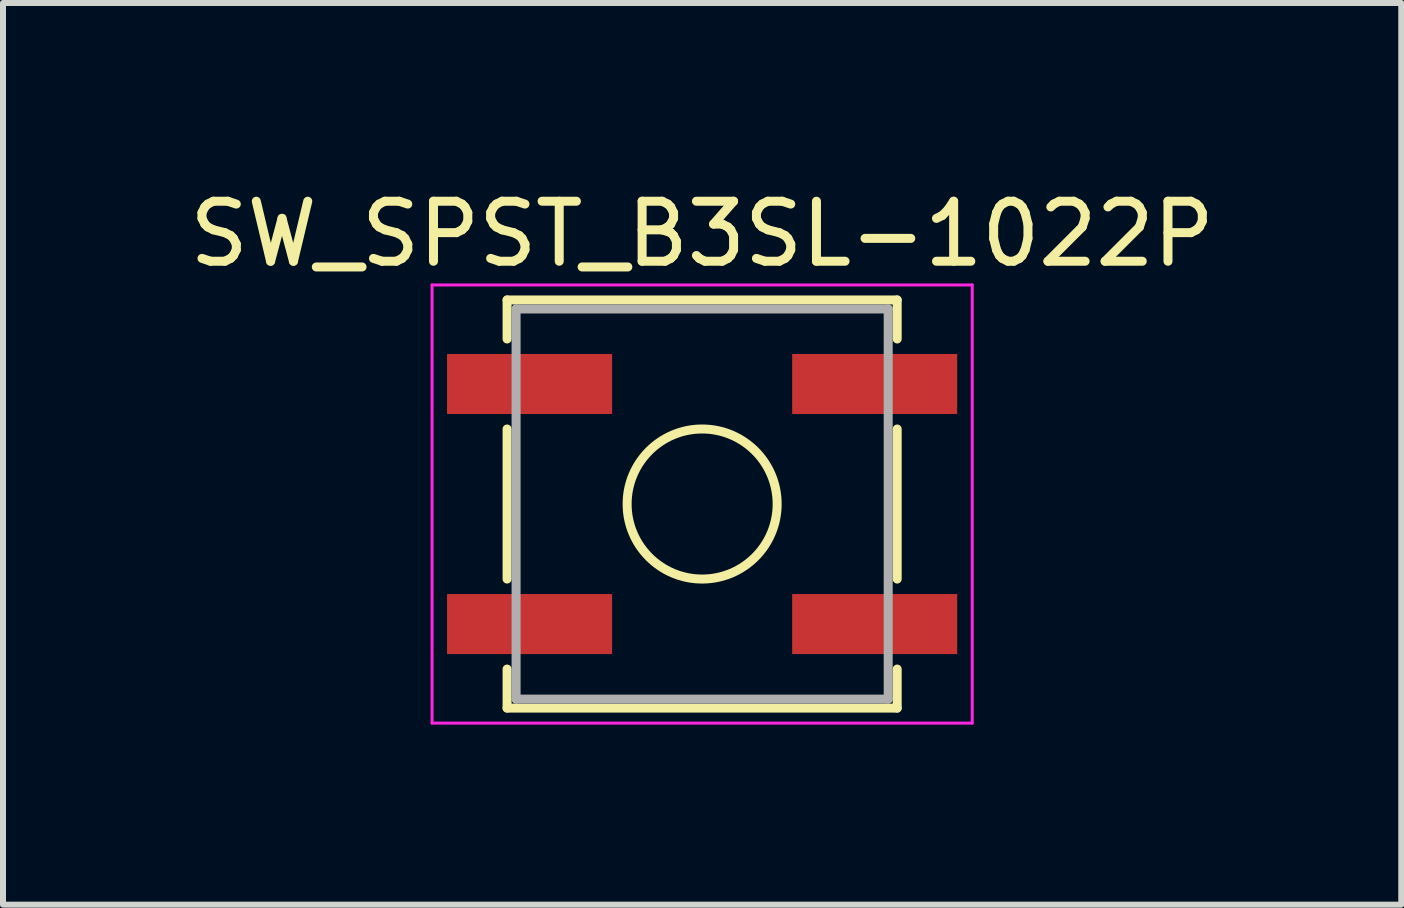
<source format=kicad_pcb>
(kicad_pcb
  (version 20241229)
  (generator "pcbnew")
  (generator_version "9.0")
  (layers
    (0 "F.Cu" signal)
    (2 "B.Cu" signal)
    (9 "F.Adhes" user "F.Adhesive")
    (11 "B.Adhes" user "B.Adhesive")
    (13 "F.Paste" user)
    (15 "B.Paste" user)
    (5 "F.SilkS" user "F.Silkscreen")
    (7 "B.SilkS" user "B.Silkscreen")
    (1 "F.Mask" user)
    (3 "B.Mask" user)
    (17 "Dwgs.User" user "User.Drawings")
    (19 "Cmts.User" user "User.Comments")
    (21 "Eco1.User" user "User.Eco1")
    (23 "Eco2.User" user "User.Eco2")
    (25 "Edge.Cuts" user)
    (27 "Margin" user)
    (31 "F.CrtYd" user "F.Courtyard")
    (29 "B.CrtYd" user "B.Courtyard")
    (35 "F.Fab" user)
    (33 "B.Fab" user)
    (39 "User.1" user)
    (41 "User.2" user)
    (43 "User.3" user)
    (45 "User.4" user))
  (footprint "SW_SPST_B3SL-1022P"
    (layer "F.Cu")
    (at 8.649 5.348)
    (property "Reference" "SW_SPST_B3SL-1022P" (at 0 -4.5 0) (layer "F.SilkS") (effects (font (size 1 1) (thickness 0.15))))
    (attr smd)
    (fp_line (start -3.25 -3.4) (end -3.25 -2.75) (stroke (width 0.15) (type solid)) (layer "F.SilkS"))
    (fp_line (start -3.25 -1.25) (end -3.25 1.25) (stroke (width 0.15) (type solid)) (layer "F.SilkS"))
    (fp_line (start -3.25 3.4) (end -3.25 2.75) (stroke (width 0.15) (type solid)) (layer "F.SilkS"))
    (fp_line (start 3.25 -3.4) (end -3.25 -3.4) (stroke (width 0.15) (type solid)) (layer "F.SilkS"))
    (fp_line (start 3.25 -2.75) (end 3.25 -3.4) (stroke (width 0.15) (type solid)) (layer "F.SilkS"))
    (fp_line (start 3.25 -1.25) (end 3.25 1.25) (stroke (width 0.15) (type solid)) (layer "F.SilkS"))
    (fp_line (start 3.25 2.75) (end 3.25 3.4) (stroke (width 0.15) (type solid)) (layer "F.SilkS"))
    (fp_line (start 3.25 3.4) (end -3.25 3.4) (stroke (width 0.15) (type solid)) (layer "F.SilkS"))
    (fp_circle (center 0 0) (end 1.25 0) (stroke (width 0.15) (type solid)) (fill no) (layer "F.SilkS"))
    (fp_line (start -4.5 -3.65) (end -4.5 3.65) (stroke (width 0.05) (type solid)) (layer "F.CrtYd"))
    (fp_line (start -4.5 3.65) (end 4.5 3.65) (stroke (width 0.05) (type solid)) (layer "F.CrtYd"))
    (fp_line (start 4.5 -3.65) (end -4.5 -3.65) (stroke (width 0.05) (type solid)) (layer "F.CrtYd"))
    (fp_line (start 4.5 3.65) (end 4.5 -3.65) (stroke (width 0.05) (type solid)) (layer "F.CrtYd"))
    (fp_line (start -3.1 -3.25) (end 3.1 -3.25) (stroke (width 0.15) (type solid)) (layer "F.Fab"))
    (fp_line (start -3.1 3.25) (end -3.1 -3.25) (stroke (width 0.15) (type solid)) (layer "F.Fab"))
    (fp_line (start 3.1 -3.25) (end 3.1 3.25) (stroke (width 0.15) (type solid)) (layer "F.Fab"))
    (fp_line (start 3.1 3.25) (end -3.1 3.25) (stroke (width 0.15) (type solid)) (layer "F.Fab"))
    (pad "1" smd rect (at -2.875 -2) (size 2.75 1) (layers "F.Cu" "F.Mask" "F.Paste"))
    (pad "1" smd rect (at 2.875 -2) (size 2.75 1) (layers "F.Cu" "F.Mask" "F.Paste"))
    (pad "2" smd rect (at -2.875 2) (size 2.75 1) (layers "F.Cu" "F.Mask" "F.Paste"))
    (pad "2" smd rect (at 2.875 2) (size 2.75 1) (layers "F.Cu" "F.Mask" "F.Paste")))
  (gr_rect
    (start -3 -3)
    (end 20.298 12.023)
    (stroke (width 0.1) (type default))
    (fill no)
    (layer "Edge.Cuts")))
</source>
